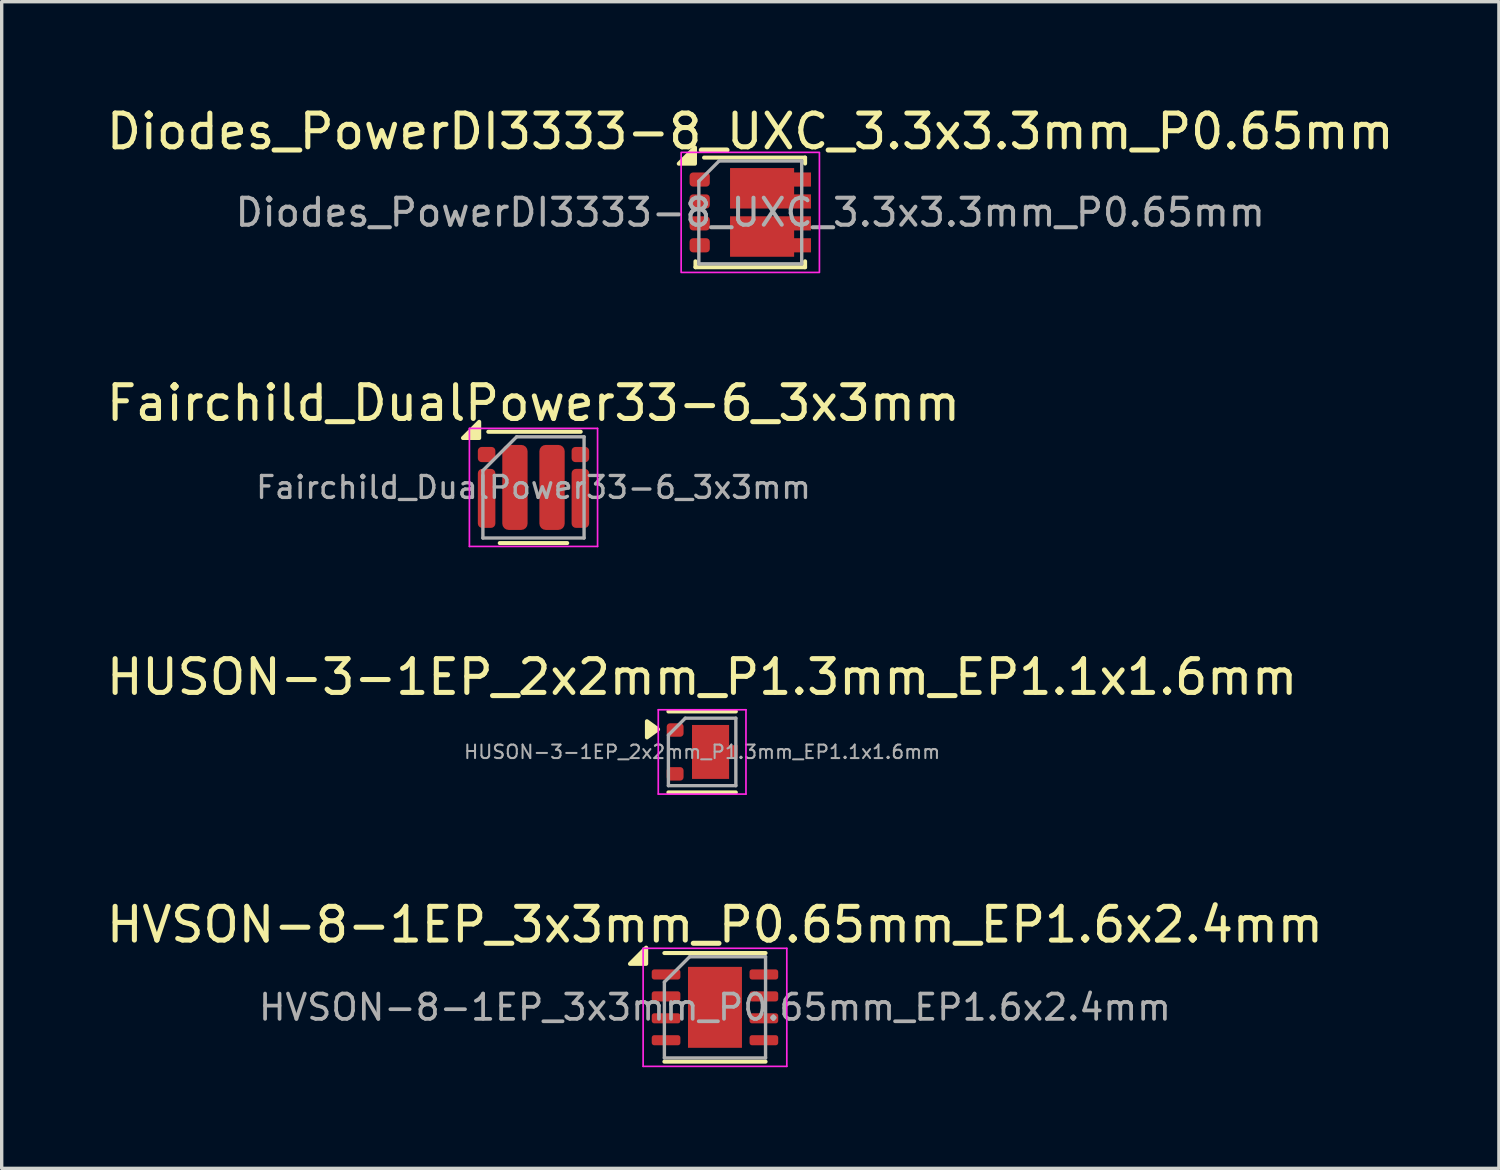
<source format=kicad_pcb>
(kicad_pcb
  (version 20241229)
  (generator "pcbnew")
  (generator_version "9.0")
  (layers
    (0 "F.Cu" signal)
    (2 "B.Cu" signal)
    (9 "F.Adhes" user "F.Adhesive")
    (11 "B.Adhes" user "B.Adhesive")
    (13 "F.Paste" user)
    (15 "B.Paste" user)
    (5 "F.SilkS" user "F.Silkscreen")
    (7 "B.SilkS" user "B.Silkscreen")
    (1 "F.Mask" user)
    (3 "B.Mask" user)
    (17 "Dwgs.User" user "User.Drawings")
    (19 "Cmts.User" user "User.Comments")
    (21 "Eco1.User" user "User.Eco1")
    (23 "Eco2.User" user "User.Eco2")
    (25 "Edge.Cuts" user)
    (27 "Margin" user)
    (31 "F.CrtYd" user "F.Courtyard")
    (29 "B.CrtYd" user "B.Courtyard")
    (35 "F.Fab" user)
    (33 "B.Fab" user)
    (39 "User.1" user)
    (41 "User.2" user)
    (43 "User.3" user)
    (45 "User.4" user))
  (footprint "HUSON-3-1EP_2x2mm_P1.3mm_EP1.1x1.6mm"
    (layer "F.Cu")
    (at 17.768 19.245)
    (property "Reference" "HUSON-3-1EP_2x2mm_P1.3mm_EP1.1x1.6mm" (at 0 -2.22 0) (layer "F.SilkS") (effects (font (size 1 1) (thickness 0.15))))
    (attr smd)
    (fp_line (start 1 -1.2) (end -1 -1.2) (stroke (width 0.12) (type solid)) (layer "F.SilkS"))
    (fp_line (start 1 1.2) (end -1 1.2) (stroke (width 0.12) (type solid)) (layer "F.SilkS"))
    (fp_poly (pts (xy -1.306 -0.67) (xy -1.636 -0.43) (xy -1.636 -0.91) (xy -1.306 -0.67)) (stroke (width 0.12) (type solid)) (fill yes) (layer "F.SilkS"))
    (fp_line (start -1.3 -1.25) (end 1.3 -1.25) (stroke (width 0.05) (type solid)) (layer "F.CrtYd"))
    (fp_line (start -1.3 1.25) (end -1.3 -1.25) (stroke (width 0.05) (type solid)) (layer "F.CrtYd"))
    (fp_line (start 1.3 -1.25) (end 1.3 1.25) (stroke (width 0.05) (type solid)) (layer "F.CrtYd"))
    (fp_line (start 1.3 1.25) (end -1.3 1.25) (stroke (width 0.05) (type solid)) (layer "F.CrtYd"))
    (fp_line (start -1 -0.5) (end -0.5 -1) (stroke (width 0.1) (type solid)) (layer "F.Fab"))
    (fp_line (start -1 1) (end -1 -0.5) (stroke (width 0.1) (type solid)) (layer "F.Fab"))
    (fp_line (start -0.5 -1) (end 1 -1) (stroke (width 0.1) (type solid)) (layer "F.Fab"))
    (fp_line (start 1 -1) (end 1 1) (stroke (width 0.1) (type solid)) (layer "F.Fab"))
    (fp_line (start 1 1) (end -1 1) (stroke (width 0.1) (type solid)) (layer "F.Fab"))
    (fp_text user "${REFERENCE}" (at 0 0 0) (layer "F.Fab") (effects (font (size 0.4 0.4) (thickness 0.06))))
    (pad "" smd roundrect (at 0.25 -0.42 90) (size 0.64 0.97) (layers "F.Paste") (roundrect_rratio 0.25))
    (pad "" smd roundrect (at 0.25 0.38 90) (size 0.64 0.97) (layers "F.Paste") (roundrect_rratio 0.25))
    (pad "1" smd roundrect (at -0.8 -0.65) (size 0.5 0.4) (layers "F.Cu" "F.Mask" "F.Paste") (roundrect_rratio 0.25))
    (pad "2" smd roundrect (at -0.8 0.65) (size 0.5 0.4) (layers "F.Cu" "F.Mask" "F.Paste") (roundrect_rratio 0.25))
    (pad "3" smd rect (at 0.25 0) (size 1.1 1.6) (layers "F.Cu" "F.Mask"))
    (pad "3" smd rect (at 0.925 0) (size 0.25 0.4) (layers "F.Cu" "F.Mask" "F.Paste")))
  (footprint "HVSON-8-1EP_3x3mm_P0.65mm_EP1.6x2.4mm"
    (layer "F.Cu")
    (at 18.149 26.818)
    (property "Reference" "HVSON-8-1EP_3x3mm_P0.65mm_EP1.6x2.4mm" (at 0 -2.45 0) (layer "F.SilkS") (effects (font (size 1 1) (thickness 0.15))))
    (attr smd)
    (fp_line (start -1.5 -1.61) (end 1.5 -1.61) (stroke (width 0.12) (type solid)) (layer "F.SilkS"))
    (fp_line (start -1.5 1.61) (end 1.5 1.61) (stroke (width 0.12) (type solid)) (layer "F.SilkS"))
    (fp_poly (pts (xy -2.04 -1.29) (xy -2.52 -1.29) (xy -2.04 -1.77) (xy -2.04 -1.29)) (stroke (width 0.12) (type solid)) (fill yes) (layer "F.SilkS"))
    (fp_line (start -2.13 -1.75) (end -2.13 1.75) (stroke (width 0.05) (type solid)) (layer "F.CrtYd"))
    (fp_line (start -2.13 1.75) (end 2.13 1.75) (stroke (width 0.05) (type solid)) (layer "F.CrtYd"))
    (fp_line (start 2.13 -1.75) (end -2.13 -1.75) (stroke (width 0.05) (type solid)) (layer "F.CrtYd"))
    (fp_line (start 2.13 1.75) (end 2.13 -1.75) (stroke (width 0.05) (type solid)) (layer "F.CrtYd"))
    (fp_line (start -1.5 -0.75) (end -0.75 -1.5) (stroke (width 0.1) (type solid)) (layer "F.Fab"))
    (fp_line (start -1.5 1.5) (end -1.5 -0.75) (stroke (width 0.1) (type solid)) (layer "F.Fab"))
    (fp_line (start -0.75 -1.5) (end 1.5 -1.5) (stroke (width 0.1) (type solid)) (layer "F.Fab"))
    (fp_line (start 1.5 -1.5) (end 1.5 1.5) (stroke (width 0.1) (type solid)) (layer "F.Fab"))
    (fp_line (start 1.5 1.5) (end -1.5 1.5) (stroke (width 0.1) (type solid)) (layer "F.Fab"))
    (fp_text user "${REFERENCE}" (at 0 0 0) (layer "F.Fab") (effects (font (size 0.75 0.75) (thickness 0.11))))
    (pad "" smd roundrect (at -0.4 -0.6) (size 0.64 0.97) (layers "F.Paste") (roundrect_rratio 0.25))
    (pad "" smd roundrect (at -0.4 0.6) (size 0.64 0.97) (layers "F.Paste") (roundrect_rratio 0.25))
    (pad "" smd roundrect (at 0.4 -0.6) (size 0.64 0.97) (layers "F.Paste") (roundrect_rratio 0.25))
    (pad "" smd roundrect (at 0.4 0.6) (size 0.64 0.97) (layers "F.Paste") (roundrect_rratio 0.25))
    (pad "1" smd roundrect (at -1.45 -0.975) (size 0.85 0.3) (layers "F.Cu" "F.Mask" "F.Paste") (roundrect_rratio 0.25))
    (pad "2" smd roundrect (at -1.45 -0.325) (size 0.85 0.3) (layers "F.Cu" "F.Mask" "F.Paste") (roundrect_rratio 0.25))
    (pad "3" smd roundrect (at -1.45 0.325) (size 0.85 0.3) (layers "F.Cu" "F.Mask" "F.Paste") (roundrect_rratio 0.25))
    (pad "4" smd roundrect (at -1.45 0.975) (size 0.85 0.3) (layers "F.Cu" "F.Mask" "F.Paste") (roundrect_rratio 0.25))
    (pad "5" smd roundrect (at 1.45 0.975) (size 0.85 0.3) (layers "F.Cu" "F.Mask" "F.Paste") (roundrect_rratio 0.25))
    (pad "6" smd roundrect (at 1.45 0.325) (size 0.85 0.3) (layers "F.Cu" "F.Mask" "F.Paste") (roundrect_rratio 0.25))
    (pad "7" smd roundrect (at 1.45 -0.325) (size 0.85 0.3) (layers "F.Cu" "F.Mask" "F.Paste") (roundrect_rratio 0.25))
    (pad "8" smd roundrect (at 1.45 -0.975) (size 0.85 0.3) (layers "F.Cu" "F.Mask" "F.Paste") (roundrect_rratio 0.25))
    (pad "9" smd rect (at 0 0) (size 1.6 2.4) (property pad_prop_heatsink) (layers "F.Cu" "F.Mask")))
  (footprint "Fairchild_DualPower33-6_3x3mm"
    (layer "F.Cu")
    (at 12.768 11.402)
    (property "Reference" "Fairchild_DualPower33-6_3x3mm" (at 0 -2.5 0) (layer "F.SilkS") (effects (font (size 1 1) (thickness 0.15))))
    (attr smd)
    (fp_line (start -1 1.65) (end 1 1.65) (stroke (width 0.12) (type solid)) (layer "F.SilkS"))
    (fp_line (start 1.4 -1.65) (end -1.34 -1.65) (stroke (width 0.12) (type solid)) (layer "F.SilkS"))
    (fp_poly (pts (xy -1.61 -1.465) (xy -2.09 -1.465) (xy -1.61 -1.945) (xy -1.61 -1.465)) (stroke (width 0.12) (type solid)) (fill yes) (layer "F.SilkS"))
    (fp_line (start -1.9 -1.75) (end 1.9 -1.75) (stroke (width 0.05) (type solid)) (layer "F.CrtYd"))
    (fp_line (start -1.9 1.75) (end -1.9 -1.75) (stroke (width 0.05) (type solid)) (layer "F.CrtYd"))
    (fp_line (start 1.9 -1.75) (end 1.9 1.75) (stroke (width 0.05) (type solid)) (layer "F.CrtYd"))
    (fp_line (start 1.9 1.75) (end -1.9 1.75) (stroke (width 0.05) (type solid)) (layer "F.CrtYd"))
    (fp_line (start -1.5 -0.5) (end -0.5 -1.5) (stroke (width 0.1) (type solid)) (layer "F.Fab"))
    (fp_line (start -1.5 1.5) (end -1.5 -0.5) (stroke (width 0.1) (type solid)) (layer "F.Fab"))
    (fp_line (start -0.5 -1.5) (end 1.5 -1.5) (stroke (width 0.1) (type solid)) (layer "F.Fab"))
    (fp_line (start 1.5 -1.5) (end 1.5 1.5) (stroke (width 0.1) (type solid)) (layer "F.Fab"))
    (fp_line (start 1.5 1.5) (end -1.5 1.5) (stroke (width 0.1) (type solid)) (layer "F.Fab"))
    (fp_text user "${REFERENCE}" (at 0 0 0) (layer "F.Fab") (effects (font (size 0.65 0.65) (thickness 0.1))))
    (pad "" smd roundrect (at -1.39 -0.975) (size 0.35 0.35) (layers "F.Mask" "F.Paste") (roundrect_rratio 0.25))
    (pad "" smd roundrect (at -1.39 -0.325) (size 0.35 0.35) (layers "F.Mask" "F.Paste") (roundrect_rratio 0.25))
    (pad "" smd roundrect (at -1.39 0.325) (size 0.35 0.35) (layers "F.Mask" "F.Paste") (roundrect_rratio 0.25))
    (pad "" smd roundrect (at -1.39 0.975) (size 0.35 0.35) (layers "F.Mask" "F.Paste") (roundrect_rratio 0.25))
    (pad "" smd roundrect (at -0.55 -0.5) (size 0.65 0.8) (layers "F.Mask" "F.Paste") (roundrect_rratio 0.25))
    (pad "" smd roundrect (at -0.55 0.5) (size 0.65 0.8) (layers "F.Mask" "F.Paste") (roundrect_rratio 0.25))
    (pad "" smd roundrect (at 0.55 -0.5) (size 0.65 0.8) (layers "F.Mask" "F.Paste") (roundrect_rratio 0.25))
    (pad "" smd roundrect (at 0.55 0.5) (size 0.65 0.8) (layers "F.Mask" "F.Paste") (roundrect_rratio 0.25))
    (pad "" smd roundrect (at 1.39 -0.975) (size 0.35 0.35) (layers "F.Mask" "F.Paste") (roundrect_rratio 0.25))
    (pad "" smd roundrect (at 1.39 -0.325) (size 0.35 0.35) (layers "F.Mask" "F.Paste") (roundrect_rratio 0.25))
    (pad "" smd roundrect (at 1.39 0.325) (size 0.35 0.35) (layers "F.Mask" "F.Paste") (roundrect_rratio 0.25))
    (pad "" smd roundrect (at 1.39 0.975) (size 0.35 0.35) (layers "F.Mask" "F.Paste") (roundrect_rratio 0.25))
    (pad "1" smd roundrect (at -1.39 -0.975) (size 0.52 0.45) (layers "F.Cu" "F.Mask") (roundrect_rratio 0.25))
    (pad "2" smd roundrect (at -1.39 0.325) (size 0.52 1.75) (layers "F.Cu" "F.Mask") (roundrect_rratio 0.25))
    (pad "3" smd roundrect (at 1.39 0.325) (size 0.52 1.75) (layers "F.Cu" "F.Mask") (roundrect_rratio 0.25))
    (pad "4" smd roundrect (at 1.39 -0.975) (size 0.52 0.45) (layers "F.Cu" "F.Mask") (roundrect_rratio 0.25))
    (pad "5" smd roundrect (at -0.55 0) (size 0.75 2.52) (layers "F.Cu" "F.Mask") (roundrect_rratio 0.25))
    (pad "6" smd roundrect (at 0.55 0) (size 0.75 2.52) (layers "F.Cu" "F.Mask") (roundrect_rratio 0.25)))
  (footprint "Diodes_PowerDI3333-8_UXC_3.3x3.3mm_P0.65mm"
    (layer "F.Cu")
    (at 19.196 3.248)
    (property "Reference" "Diodes_PowerDI3333-8_UXC_3.3x3.3mm_P0.65mm" (at 0 -2.4 0) (layer "F.SilkS") (effects (font (size 1 1) (thickness 0.15))))
    (attr smd)
    (fp_line (start -1.625 1.625) (end -1.625 1.45) (stroke (width 0.12) (type solid)) (layer "F.SilkS"))
    (fp_line (start -1.625 1.625) (end 1.625 1.625) (stroke (width 0.12) (type solid)) (layer "F.SilkS"))
    (fp_line (start -1.37 -1.625) (end 1.625 -1.625) (stroke (width 0.12) (type solid)) (layer "F.SilkS"))
    (fp_line (start 1.625 -1.45) (end 1.625 -1.625) (stroke (width 0.12) (type solid)) (layer "F.SilkS"))
    (fp_line (start 1.625 1.45) (end 1.625 1.625) (stroke (width 0.12) (type solid)) (layer "F.SilkS"))
    (fp_poly (pts (xy -1.64 -1.445) (xy -2.12 -1.445) (xy -1.64 -1.925) (xy -1.64 -1.445)) (stroke (width 0.12) (type solid)) (fill yes) (layer "F.SilkS"))
    (fp_rect (start -2.05 -1.78) (end 2.05 1.78) (stroke (width 0.05) (type default)) (fill no) (layer "F.CrtYd"))
    (fp_line (start -1.525 -0.925) (end -1.525 1.525) (stroke (width 0.1) (type solid)) (layer "F.Fab"))
    (fp_line (start -1.525 1.525) (end 1.525 1.525) (stroke (width 0.1) (type solid)) (layer "F.Fab"))
    (fp_line (start -0.925 -1.525) (end -1.525 -0.925) (stroke (width 0.1) (type solid)) (layer "F.Fab"))
    (fp_line (start -0.925 -1.525) (end 1.525 -1.525) (stroke (width 0.1) (type solid)) (layer "F.Fab"))
    (fp_line (start 1.525 -1.525) (end 1.525 1.525) (stroke (width 0.1) (type solid)) (layer "F.Fab"))
    (fp_text user "${REFERENCE}" (at 0 0 180) (layer "F.Fab") (effects (font (size 0.8 0.8) (thickness 0.12))))
    (pad "" smd roundrect (at -0.22 -0.73) (size 0.6 1) (layers "F.Paste") (roundrect_rratio 0.25))
    (pad "" smd roundrect (at -0.22 0.71) (size 0.6 1) (layers "F.Paste") (roundrect_rratio 0.25))
    (pad "" smd roundrect (at 0.6 -0.73) (size 0.6 1) (layers "F.Paste") (roundrect_rratio 0.25))
    (pad "" smd roundrect (at 0.6 0.71) (size 0.6 1) (layers "F.Paste") (roundrect_rratio 0.25))
    (pad "" smd roundrect (at 1.45 -0.98) (size 0.7 0.4) (layers "F.Paste") (roundrect_rratio 0.25))
    (pad "" smd roundrect (at 1.45 -0.32) (size 0.7 0.4) (layers "F.Paste") (roundrect_rratio 0.25))
    (pad "" smd roundrect (at 1.45 0.32) (size 0.7 0.4) (layers "F.Paste") (roundrect_rratio 0.25))
    (pad "" smd roundrect (at 1.45 0.98) (size 0.7 0.4) (layers "F.Paste") (roundrect_rratio 0.25))
    (pad "1" smd roundrect (at -1.5 -0.975 270) (size 0.42 0.6) (layers "F.Cu" "F.Mask" "F.Paste") (roundrect_rratio 0.25))
    (pad "2" smd roundrect (at -1.5 -0.325 270) (size 0.42 0.6) (layers "F.Cu" "F.Mask" "F.Paste") (roundrect_rratio 0.25))
    (pad "3" smd roundrect (at -1.5 0.325 270) (size 0.42 0.6) (layers "F.Cu" "F.Mask" "F.Paste") (roundrect_rratio 0.25))
    (pad "4" smd roundrect (at -1.5 0.975 270) (size 0.42 0.6) (layers "F.Cu" "F.Mask" "F.Paste") (roundrect_rratio 0.25))
    (pad "5" smd custom (at 0.35 0.715 270) (size 1 1) (layers "F.Cu" "F.Mask") (options (anchor rect)) (primitives (gr_poly (pts (xy -0.6 0.95) (xy 0.6 0.95) (xy 0.6 -0.95) (xy 0.47 -0.95) (xy 0.47 -1.45) (xy 0.05 -1.45) (xy 0.05 -0.95) (xy -0.18 -0.95) (xy -0.18 -1.45) (xy -0.6 -1.45)) (width 0) (fill yes))))
    (pad "7" smd custom (at 0.35 -0.715 270) (size 1 1) (layers "F.Cu" "F.Mask") (options (anchor rect)) (primitives (gr_poly (pts (xy 0.6 0.95) (xy -0.6 0.95) (xy -0.6 -0.95) (xy -0.47 -0.95) (xy -0.47 -1.45) (xy -0.05 -1.45) (xy -0.05 -0.95) (xy 0.18 -0.95) (xy 0.18 -1.45) (xy 0.6 -1.45)) (width 0) (fill yes)))))
  (gr_rect
    (start -3 -3)
    (end 41.393 31.593)
    (stroke (width 0.1) (type default))
    (fill no)
    (layer "Edge.Cuts")))
</source>
